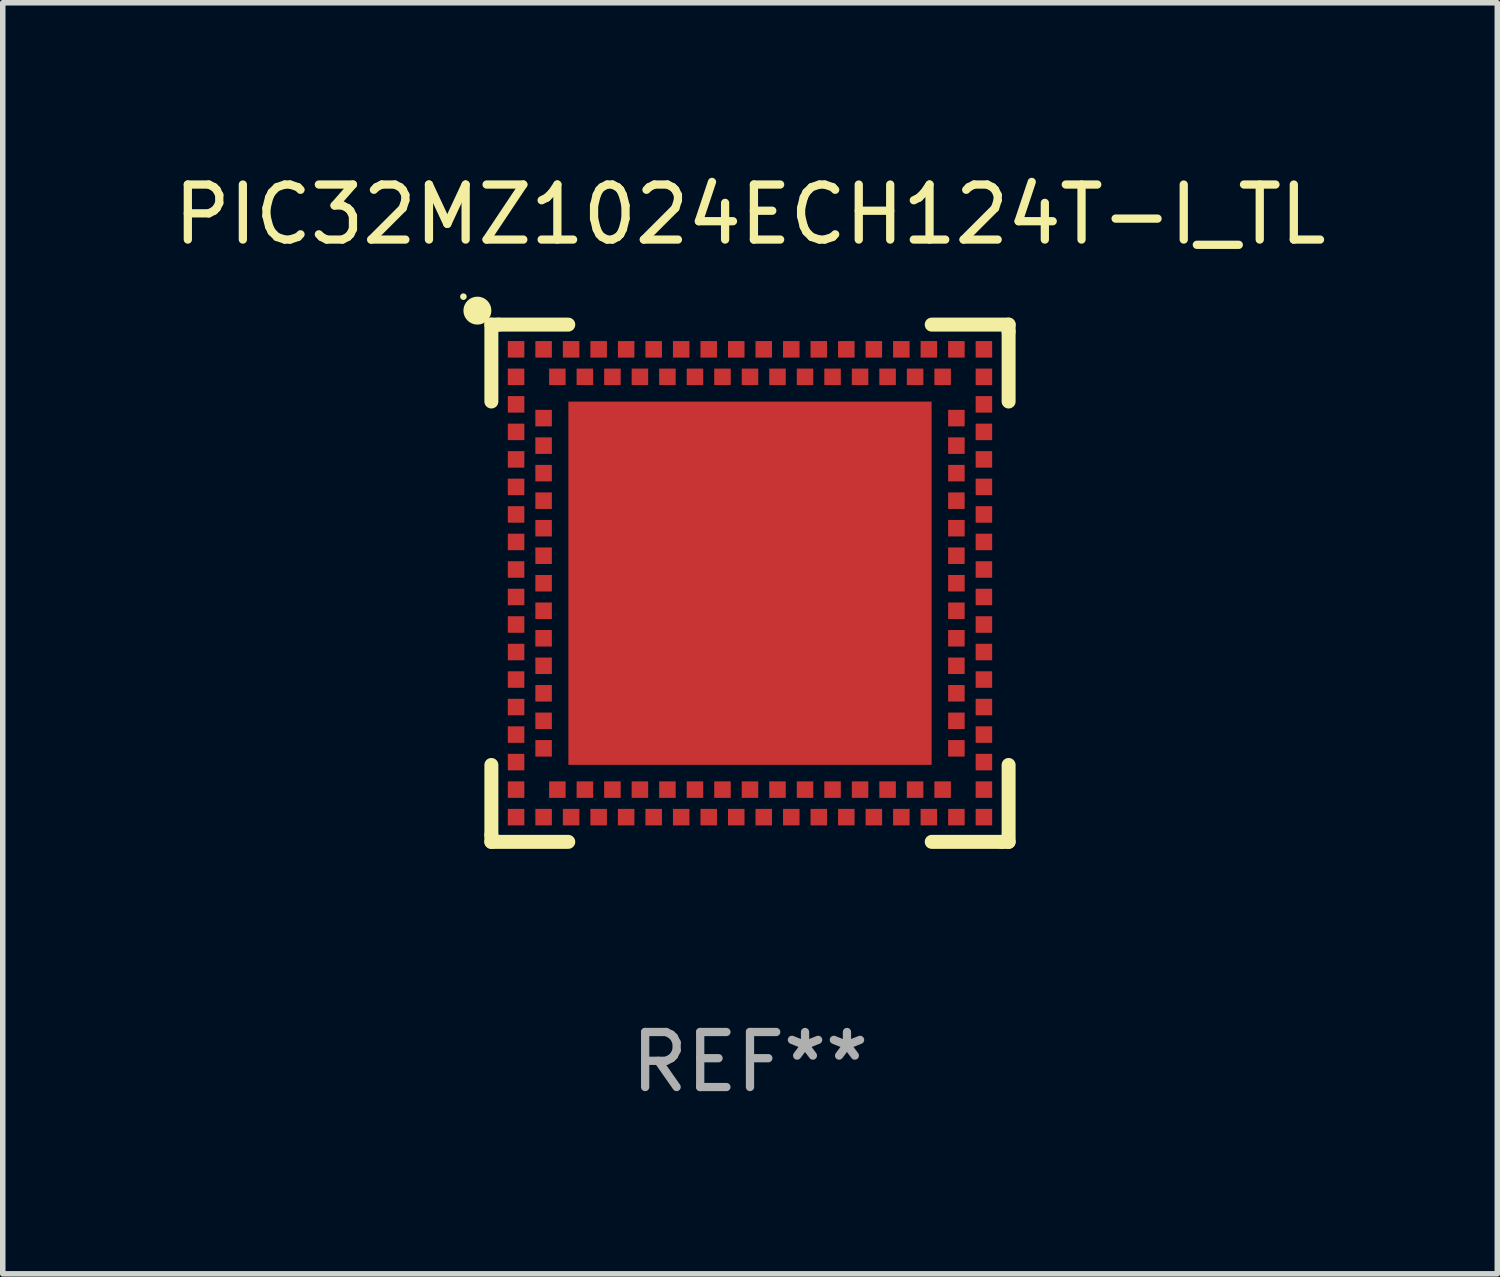
<source format=kicad_pcb>
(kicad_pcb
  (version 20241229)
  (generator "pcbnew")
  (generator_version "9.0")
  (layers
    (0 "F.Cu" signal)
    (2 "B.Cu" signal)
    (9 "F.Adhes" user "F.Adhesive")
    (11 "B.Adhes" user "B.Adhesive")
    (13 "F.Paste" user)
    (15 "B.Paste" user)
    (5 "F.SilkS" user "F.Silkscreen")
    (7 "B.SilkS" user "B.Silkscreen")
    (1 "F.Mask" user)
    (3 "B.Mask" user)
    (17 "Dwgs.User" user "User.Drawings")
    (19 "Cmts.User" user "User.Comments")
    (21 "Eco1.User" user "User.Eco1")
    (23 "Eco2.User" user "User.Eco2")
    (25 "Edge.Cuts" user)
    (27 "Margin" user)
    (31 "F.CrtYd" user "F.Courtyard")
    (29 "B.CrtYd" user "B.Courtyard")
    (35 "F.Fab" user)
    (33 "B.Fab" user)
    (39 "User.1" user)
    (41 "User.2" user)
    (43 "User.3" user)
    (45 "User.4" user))
  (footprint "PIC32MZ1024ECH124T-I_TL"
    (layer "F.Cu")
    (at 10.577 7.547)
    (property "Reference" "PIC32MZ1024ECH124T-I_TL" (at 0 -6.699 0) (layer "F.SilkS") (effects (font (size 1 1) (thickness 0.15))))
    (attr through_hole)
    (fp_line (start -4.699 -4.699) (end -4.699 -3.302) (stroke (width 0.254) (type solid)) (layer "F.SilkS"))
    (fp_line (start -4.699 3.302) (end -4.699 4.572) (stroke (width 0.254) (type solid)) (layer "F.SilkS"))
    (fp_line (start -4.699 4.572) (end -4.699 4.699) (stroke (width 0.254) (type solid)) (layer "F.SilkS"))
    (fp_line (start -4.699 4.699) (end -3.302 4.699) (stroke (width 0.254) (type solid)) (layer "F.SilkS"))
    (fp_line (start -4.572 -4.699) (end -4.699 -4.699) (stroke (width 0.254) (type solid)) (layer "F.SilkS"))
    (fp_line (start -3.302 -4.699) (end -4.572 -4.699) (stroke (width 0.254) (type solid)) (layer "F.SilkS"))
    (fp_line (start 3.302 4.699) (end 4.572 4.699) (stroke (width 0.254) (type solid)) (layer "F.SilkS"))
    (fp_line (start 4.572 4.699) (end 4.699 4.699) (stroke (width 0.254) (type solid)) (layer "F.SilkS"))
    (fp_line (start 4.699 -4.699) (end 3.302 -4.699) (stroke (width 0.254) (type solid)) (layer "F.SilkS"))
    (fp_line (start 4.699 -4.572) (end 4.699 -4.699) (stroke (width 0.254) (type solid)) (layer "F.SilkS"))
    (fp_line (start 4.699 -3.302) (end 4.699 -4.572) (stroke (width 0.254) (type solid)) (layer "F.SilkS"))
    (fp_line (start 4.699 4.699) (end 4.699 3.302) (stroke (width 0.254) (type solid)) (layer "F.SilkS"))
    (fp_circle (center -5.207 -5.207) (end -5.177 -5.207) (stroke (width 0.06) (type solid)) (fill no) (layer "F.SilkS"))
    (fp_circle (center -4.953 -4.953) (end -4.826 -4.953) (stroke (width 0.254) (type solid)) (fill no) (layer "F.SilkS"))
    (fp_text user "REF**" (at 0 8.699 0) (layer "F.Fab") (effects (font (size 1 1) (thickness 0.15))))
    (pad "125" smd rect (at 0.000025 -0.000102 90) (size 6.6 6.6) (layers "F.Cu" "F.Mask" "F.Paste"))
    (pad "A1" smd rect (at -4.25 -3.75 90) (size 0.3 0.3) (layers "F.Cu" "F.Mask" "F.Paste"))
    (pad "A2" smd rect (at -4.25 -3.25 90) (size 0.3 0.3) (layers "F.Cu" "F.Mask" "F.Paste"))
    (pad "A3" smd rect (at -4.25 -2.75 90) (size 0.3 0.3) (layers "F.Cu" "F.Mask" "F.Paste"))
    (pad "A4" smd rect (at -4.25 -2.25 90) (size 0.3 0.3) (layers "F.Cu" "F.Mask" "F.Paste"))
    (pad "A5" smd rect (at -4.25 -1.75 90) (size 0.3 0.3) (layers "F.Cu" "F.Mask" "F.Paste"))
    (pad "A6" smd rect (at -4.25 -1.25 90) (size 0.3 0.3) (layers "F.Cu" "F.Mask" "F.Paste"))
    (pad "A7" smd rect (at -4.25 -0.75 90) (size 0.3 0.3) (layers "F.Cu" "F.Mask" "F.Paste"))
    (pad "A8" smd rect (at -4.25 -0.25 90) (size 0.3 0.3) (layers "F.Cu" "F.Mask" "F.Paste"))
    (pad "A9" smd rect (at -4.25 0.25 90) (size 0.3 0.3) (layers "F.Cu" "F.Mask" "F.Paste"))
    (pad "A10" smd rect (at -4.25 0.75 90) (size 0.3 0.3) (layers "F.Cu" "F.Mask" "F.Paste"))
    (pad "A11" smd rect (at -4.25 1.25 90) (size 0.3 0.3) (layers "F.Cu" "F.Mask" "F.Paste"))
    (pad "A12" smd rect (at -4.25 1.75 90) (size 0.3 0.3) (layers "F.Cu" "F.Mask" "F.Paste"))
    (pad "A13" smd rect (at -4.25 2.25 90) (size 0.3 0.3) (layers "F.Cu" "F.Mask" "F.Paste"))
    (pad "A14" smd rect (at -4.25 2.75 90) (size 0.3 0.3) (layers "F.Cu" "F.Mask" "F.Paste"))
    (pad "A15" smd rect (at -4.25 3.25 90) (size 0.3 0.3) (layers "F.Cu" "F.Mask" "F.Paste"))
    (pad "A16" smd rect (at -4.25 3.75 90) (size 0.3 0.3) (layers "F.Cu" "F.Mask" "F.Paste"))
    (pad "A17" smd rect (at -4.25 4.25 90) (size 0.3 0.3) (layers "F.Cu" "F.Mask" "F.Paste"))
    (pad "A18" smd rect (at -3.75 4.25 90) (size 0.3 0.3) (layers "F.Cu" "F.Mask" "F.Paste"))
    (pad "A19" smd rect (at -3.25 4.25 90) (size 0.3 0.3) (layers "F.Cu" "F.Mask" "F.Paste"))
    (pad "A20" smd rect (at -2.75 4.25 90) (size 0.3 0.3) (layers "F.Cu" "F.Mask" "F.Paste"))
    (pad "A21" smd rect (at -2.25 4.25 90) (size 0.3 0.3) (layers "F.Cu" "F.Mask" "F.Paste"))
    (pad "A22" smd rect (at -1.75 4.25 90) (size 0.3 0.3) (layers "F.Cu" "F.Mask" "F.Paste"))
    (pad "A23" smd rect (at -1.25 4.25 90) (size 0.3 0.3) (layers "F.Cu" "F.Mask" "F.Paste"))
    (pad "A24" smd rect (at -0.75 4.25 90) (size 0.3 0.3) (layers "F.Cu" "F.Mask" "F.Paste"))
    (pad "A25" smd rect (at -0.25 4.25 90) (size 0.3 0.3) (layers "F.Cu" "F.Mask" "F.Paste"))
    (pad "A26" smd rect (at 0.25 4.25 90) (size 0.3 0.3) (layers "F.Cu" "F.Mask" "F.Paste"))
    (pad "A27" smd rect (at 0.75 4.25 90) (size 0.3 0.3) (layers "F.Cu" "F.Mask" "F.Paste"))
    (pad "A28" smd rect (at 1.25 4.25 90) (size 0.3 0.3) (layers "F.Cu" "F.Mask" "F.Paste"))
    (pad "A29" smd rect (at 1.75 4.25 90) (size 0.3 0.3) (layers "F.Cu" "F.Mask" "F.Paste"))
    (pad "A30" smd rect (at 2.25 4.25 90) (size 0.3 0.3) (layers "F.Cu" "F.Mask" "F.Paste"))
    (pad "A31" smd rect (at 2.75 4.25 90) (size 0.3 0.3) (layers "F.Cu" "F.Mask" "F.Paste"))
    (pad "A32" smd rect (at 3.25 4.25 90) (size 0.3 0.3) (layers "F.Cu" "F.Mask" "F.Paste"))
    (pad "A33" smd rect (at 3.75 4.25 90) (size 0.3 0.3) (layers "F.Cu" "F.Mask" "F.Paste"))
    (pad "A34" smd rect (at 4.25 4.25 90) (size 0.3 0.3) (layers "F.Cu" "F.Mask" "F.Paste"))
    (pad "A35" smd rect (at 4.25 3.75 90) (size 0.3 0.3) (layers "F.Cu" "F.Mask" "F.Paste"))
    (pad "A36" smd rect (at 4.25 3.25 90) (size 0.3 0.3) (layers "F.Cu" "F.Mask" "F.Paste"))
    (pad "A37" smd rect (at 4.25 2.75 90) (size 0.3 0.3) (layers "F.Cu" "F.Mask" "F.Paste"))
    (pad "A38" smd rect (at 4.25 2.25 90) (size 0.3 0.3) (layers "F.Cu" "F.Mask" "F.Paste"))
    (pad "A39" smd rect (at 4.25 1.75 90) (size 0.3 0.3) (layers "F.Cu" "F.Mask" "F.Paste"))
    (pad "A40" smd rect (at 4.25 1.25 90) (size 0.3 0.3) (layers "F.Cu" "F.Mask" "F.Paste"))
    (pad "A41" smd rect (at 4.25 0.75 90) (size 0.3 0.3) (layers "F.Cu" "F.Mask" "F.Paste"))
    (pad "A42" smd rect (at 4.25 0.25 90) (size 0.3 0.3) (layers "F.Cu" "F.Mask" "F.Paste"))
    (pad "A43" smd rect (at 4.25 -0.25 90) (size 0.3 0.3) (layers "F.Cu" "F.Mask" "F.Paste"))
    (pad "A44" smd rect (at 4.25 -0.75 90) (size 0.3 0.3) (layers "F.Cu" "F.Mask" "F.Paste"))
    (pad "A45" smd rect (at 4.25 -1.25 90) (size 0.3 0.3) (layers "F.Cu" "F.Mask" "F.Paste"))
    (pad "A46" smd rect (at 4.25 -1.75 90) (size 0.3 0.3) (layers "F.Cu" "F.Mask" "F.Paste"))
    (pad "A47" smd rect (at 4.25 -2.25 90) (size 0.3 0.3) (layers "F.Cu" "F.Mask" "F.Paste"))
    (pad "A48" smd rect (at 4.25 -2.75 90) (size 0.3 0.3) (layers "F.Cu" "F.Mask" "F.Paste"))
    (pad "A49" smd rect (at 4.25 -3.25 90) (size 0.3 0.3) (layers "F.Cu" "F.Mask" "F.Paste"))
    (pad "A50" smd rect (at 4.25 -3.75 90) (size 0.3 0.3) (layers "F.Cu" "F.Mask" "F.Paste"))
    (pad "A51" smd rect (at 4.25 -4.25 90) (size 0.3 0.3) (layers "F.Cu" "F.Mask" "F.Paste"))
    (pad "A52" smd rect (at 3.75 -4.25 90) (size 0.3 0.3) (layers "F.Cu" "F.Mask" "F.Paste"))
    (pad "A53" smd rect (at 3.25 -4.25 90) (size 0.3 0.3) (layers "F.Cu" "F.Mask" "F.Paste"))
    (pad "A54" smd rect (at 2.75 -4.25 90) (size 0.3 0.3) (layers "F.Cu" "F.Mask" "F.Paste"))
    (pad "A55" smd rect (at 2.25 -4.25 90) (size 0.3 0.3) (layers "F.Cu" "F.Mask" "F.Paste"))
    (pad "A56" smd rect (at 1.75 -4.25 90) (size 0.3 0.3) (layers "F.Cu" "F.Mask" "F.Paste"))
    (pad "A57" smd rect (at 1.25 -4.25 90) (size 0.3 0.3) (layers "F.Cu" "F.Mask" "F.Paste"))
    (pad "A58" smd rect (at 0.75 -4.25 90) (size 0.3 0.3) (layers "F.Cu" "F.Mask" "F.Paste"))
    (pad "A59" smd rect (at 0.25 -4.25 90) (size 0.3 0.3) (layers "F.Cu" "F.Mask" "F.Paste"))
    (pad "A60" smd rect (at -0.25 -4.25 90) (size 0.3 0.3) (layers "F.Cu" "F.Mask" "F.Paste"))
    (pad "A61" smd rect (at -0.75 -4.25 90) (size 0.3 0.3) (layers "F.Cu" "F.Mask" "F.Paste"))
    (pad "A62" smd rect (at -1.25 -4.25 90) (size 0.3 0.3) (layers "F.Cu" "F.Mask" "F.Paste"))
    (pad "A63" smd rect (at -1.75 -4.25 90) (size 0.3 0.3) (layers "F.Cu" "F.Mask" "F.Paste"))
    (pad "A64" smd rect (at -2.25 -4.25 90) (size 0.3 0.3) (layers "F.Cu" "F.Mask" "F.Paste"))
    (pad "A65" smd rect (at -2.75 -4.25 90) (size 0.3 0.3) (layers "F.Cu" "F.Mask" "F.Paste"))
    (pad "A66" smd rect (at -3.25 -4.25 90) (size 0.3 0.3) (layers "F.Cu" "F.Mask" "F.Paste"))
    (pad "A67" smd rect (at -3.75 -4.25 90) (size 0.3 0.3) (layers "F.Cu" "F.Mask" "F.Paste"))
    (pad "A68" smd rect (at -4.25 -4.25 90) (size 0.3 0.3) (layers "F.Cu" "F.Mask" "F.Paste"))
    (pad "B1" smd rect (at -3.75 -3 90) (size 0.3 0.3) (layers "F.Cu" "F.Mask" "F.Paste"))
    (pad "B2" smd rect (at -3.75 -2.5 90) (size 0.3 0.3) (layers "F.Cu" "F.Mask" "F.Paste"))
    (pad "B3" smd rect (at -3.75 -2 90) (size 0.3 0.3) (layers "F.Cu" "F.Mask" "F.Paste"))
    (pad "B4" smd rect (at -3.75 -1.5 90) (size 0.3 0.3) (layers "F.Cu" "F.Mask" "F.Paste"))
    (pad "B5" smd rect (at -3.75 -1 90) (size 0.3 0.3) (layers "F.Cu" "F.Mask" "F.Paste"))
    (pad "B6" smd rect (at -3.75 -0.5 90) (size 0.3 0.3) (layers "F.Cu" "F.Mask" "F.Paste"))
    (pad "B7" smd rect (at -3.75 -0.000102 90) (size 0.3 0.3) (layers "F.Cu" "F.Mask" "F.Paste"))
    (pad "B8" smd rect (at -3.75 0.5 90) (size 0.3 0.3) (layers "F.Cu" "F.Mask" "F.Paste"))
    (pad "B9" smd rect (at -3.75 1 90) (size 0.3 0.3) (layers "F.Cu" "F.Mask" "F.Paste"))
    (pad "B10" smd rect (at -3.75 1.5 90) (size 0.3 0.3) (layers "F.Cu" "F.Mask" "F.Paste"))
    (pad "B11" smd rect (at -3.75 2 90) (size 0.3 0.3) (layers "F.Cu" "F.Mask" "F.Paste"))
    (pad "B12" smd rect (at -3.75 2.5 90) (size 0.3 0.3) (layers "F.Cu" "F.Mask" "F.Paste"))
    (pad "B13" smd rect (at -3.75 3 90) (size 0.3 0.3) (layers "F.Cu" "F.Mask" "F.Paste"))
    (pad "B14" smd rect (at -3.5 3.75 90) (size 0.3 0.3) (layers "F.Cu" "F.Mask" "F.Paste"))
    (pad "B15" smd rect (at -3 3.75 90) (size 0.3 0.3) (layers "F.Cu" "F.Mask" "F.Paste"))
    (pad "B16" smd rect (at -2.5 3.75 90) (size 0.3 0.3) (layers "F.Cu" "F.Mask" "F.Paste"))
    (pad "B17" smd rect (at -2 3.75 90) (size 0.3 0.3) (layers "F.Cu" "F.Mask" "F.Paste"))
    (pad "B18" smd rect (at -1.5 3.75 90) (size 0.3 0.3) (layers "F.Cu" "F.Mask" "F.Paste"))
    (pad "B19" smd rect (at -1 3.75 90) (size 0.3 0.3) (layers "F.Cu" "F.Mask" "F.Paste"))
    (pad "B20" smd rect (at -0.5 3.75 90) (size 0.3 0.3) (layers "F.Cu" "F.Mask" "F.Paste"))
    (pad "B21" smd rect (at 0.000025 3.75 90) (size 0.3 0.3) (layers "F.Cu" "F.Mask" "F.Paste"))
    (pad "B22" smd rect (at 0.5 3.75 90) (size 0.3 0.3) (layers "F.Cu" "F.Mask" "F.Paste"))
    (pad "B23" smd rect (at 1 3.75 90) (size 0.3 0.3) (layers "F.Cu" "F.Mask" "F.Paste"))
    (pad "B24" smd rect (at 1.5 3.75 90) (size 0.3 0.3) (layers "F.Cu" "F.Mask" "F.Paste"))
    (pad "B25" smd rect (at 2 3.75 90) (size 0.3 0.3) (layers "F.Cu" "F.Mask" "F.Paste"))
    (pad "B26" smd rect (at 2.5 3.75 90) (size 0.3 0.3) (layers "F.Cu" "F.Mask" "F.Paste"))
    (pad "B27" smd rect (at 3 3.75 90) (size 0.3 0.3) (layers "F.Cu" "F.Mask" "F.Paste"))
    (pad "B28" smd rect (at 3.5 3.75 90) (size 0.3 0.3) (layers "F.Cu" "F.Mask" "F.Paste"))
    (pad "B29" smd rect (at 3.75 3 90) (size 0.3 0.3) (layers "F.Cu" "F.Mask" "F.Paste"))
    (pad "B30" smd rect (at 3.75 2.5 90) (size 0.3 0.3) (layers "F.Cu" "F.Mask" "F.Paste"))
    (pad "B31" smd rect (at 3.75 2 90) (size 0.3 0.3) (layers "F.Cu" "F.Mask" "F.Paste"))
    (pad "B32" smd rect (at 3.75 1.5 90) (size 0.3 0.3) (layers "F.Cu" "F.Mask" "F.Paste"))
    (pad "B33" smd rect (at 3.75 1 90) (size 0.3 0.3) (layers "F.Cu" "F.Mask" "F.Paste"))
    (pad "B34" smd rect (at 3.75 0.5 90) (size 0.3 0.3) (layers "F.Cu" "F.Mask" "F.Paste"))
    (pad "B35" smd rect (at 3.75 -0.000102 90) (size 0.3 0.3) (layers "F.Cu" "F.Mask" "F.Paste"))
    (pad "B36" smd rect (at 3.75 -0.5 90) (size 0.3 0.3) (layers "F.Cu" "F.Mask" "F.Paste"))
    (pad "B37" smd rect (at 3.75 -1 90) (size 0.3 0.3) (layers "F.Cu" "F.Mask" "F.Paste"))
    (pad "B38" smd rect (at 3.75 -1.5 90) (size 0.3 0.3) (layers "F.Cu" "F.Mask" "F.Paste"))
    (pad "B39" smd rect (at 3.75 -2 90) (size 0.3 0.3) (layers "F.Cu" "F.Mask" "F.Paste"))
    (pad "B40" smd rect (at 3.75 -2.5 90) (size 0.3 0.3) (layers "F.Cu" "F.Mask" "F.Paste"))
    (pad "B41" smd rect (at 3.75 -3 90) (size 0.3 0.3) (layers "F.Cu" "F.Mask" "F.Paste"))
    (pad "B42" smd rect (at 3.5 -3.75 90) (size 0.3 0.3) (layers "F.Cu" "F.Mask" "F.Paste"))
    (pad "B43" smd rect (at 3 -3.75 90) (size 0.3 0.3) (layers "F.Cu" "F.Mask" "F.Paste"))
    (pad "B44" smd rect (at 2.5 -3.75 90) (size 0.3 0.3) (layers "F.Cu" "F.Mask" "F.Paste"))
    (pad "B45" smd rect (at 2 -3.75 90) (size 0.3 0.3) (layers "F.Cu" "F.Mask" "F.Paste"))
    (pad "B46" smd rect (at 1.5 -3.75 90) (size 0.3 0.3) (layers "F.Cu" "F.Mask" "F.Paste"))
    (pad "B47" smd rect (at 1 -3.75 90) (size 0.3 0.3) (layers "F.Cu" "F.Mask" "F.Paste"))
    (pad "B48" smd rect (at 0.5 -3.75 90) (size 0.3 0.3) (layers "F.Cu" "F.Mask" "F.Paste"))
    (pad "B49" smd rect (at 0.000025 -3.75 90) (size 0.3 0.3) (layers "F.Cu" "F.Mask" "F.Paste"))
    (pad "B50" smd rect (at -0.5 -3.75 90) (size 0.3 0.3) (layers "F.Cu" "F.Mask" "F.Paste"))
    (pad "B51" smd rect (at -1 -3.75 90) (size 0.3 0.3) (layers "F.Cu" "F.Mask" "F.Paste"))
    (pad "B52" smd rect (at -1.5 -3.75 90) (size 0.3 0.3) (layers "F.Cu" "F.Mask" "F.Paste"))
    (pad "B53" smd rect (at -2 -3.75 90) (size 0.3 0.3) (layers "F.Cu" "F.Mask" "F.Paste"))
    (pad "B54" smd rect (at -2.5 -3.75 90) (size 0.3 0.3) (layers "F.Cu" "F.Mask" "F.Paste"))
    (pad "B55" smd rect (at -3 -3.75 90) (size 0.3 0.3) (layers "F.Cu" "F.Mask" "F.Paste"))
    (pad "B56" smd rect (at -3.5 -3.75 90) (size 0.3 0.3) (layers "F.Cu" "F.Mask" "F.Paste")))
  (gr_rect
    (start -3 -3)
    (end 24.155 20.095)
    (stroke (width 0.1) (type default))
    (fill no)
    (layer "Edge.Cuts")))
</source>
